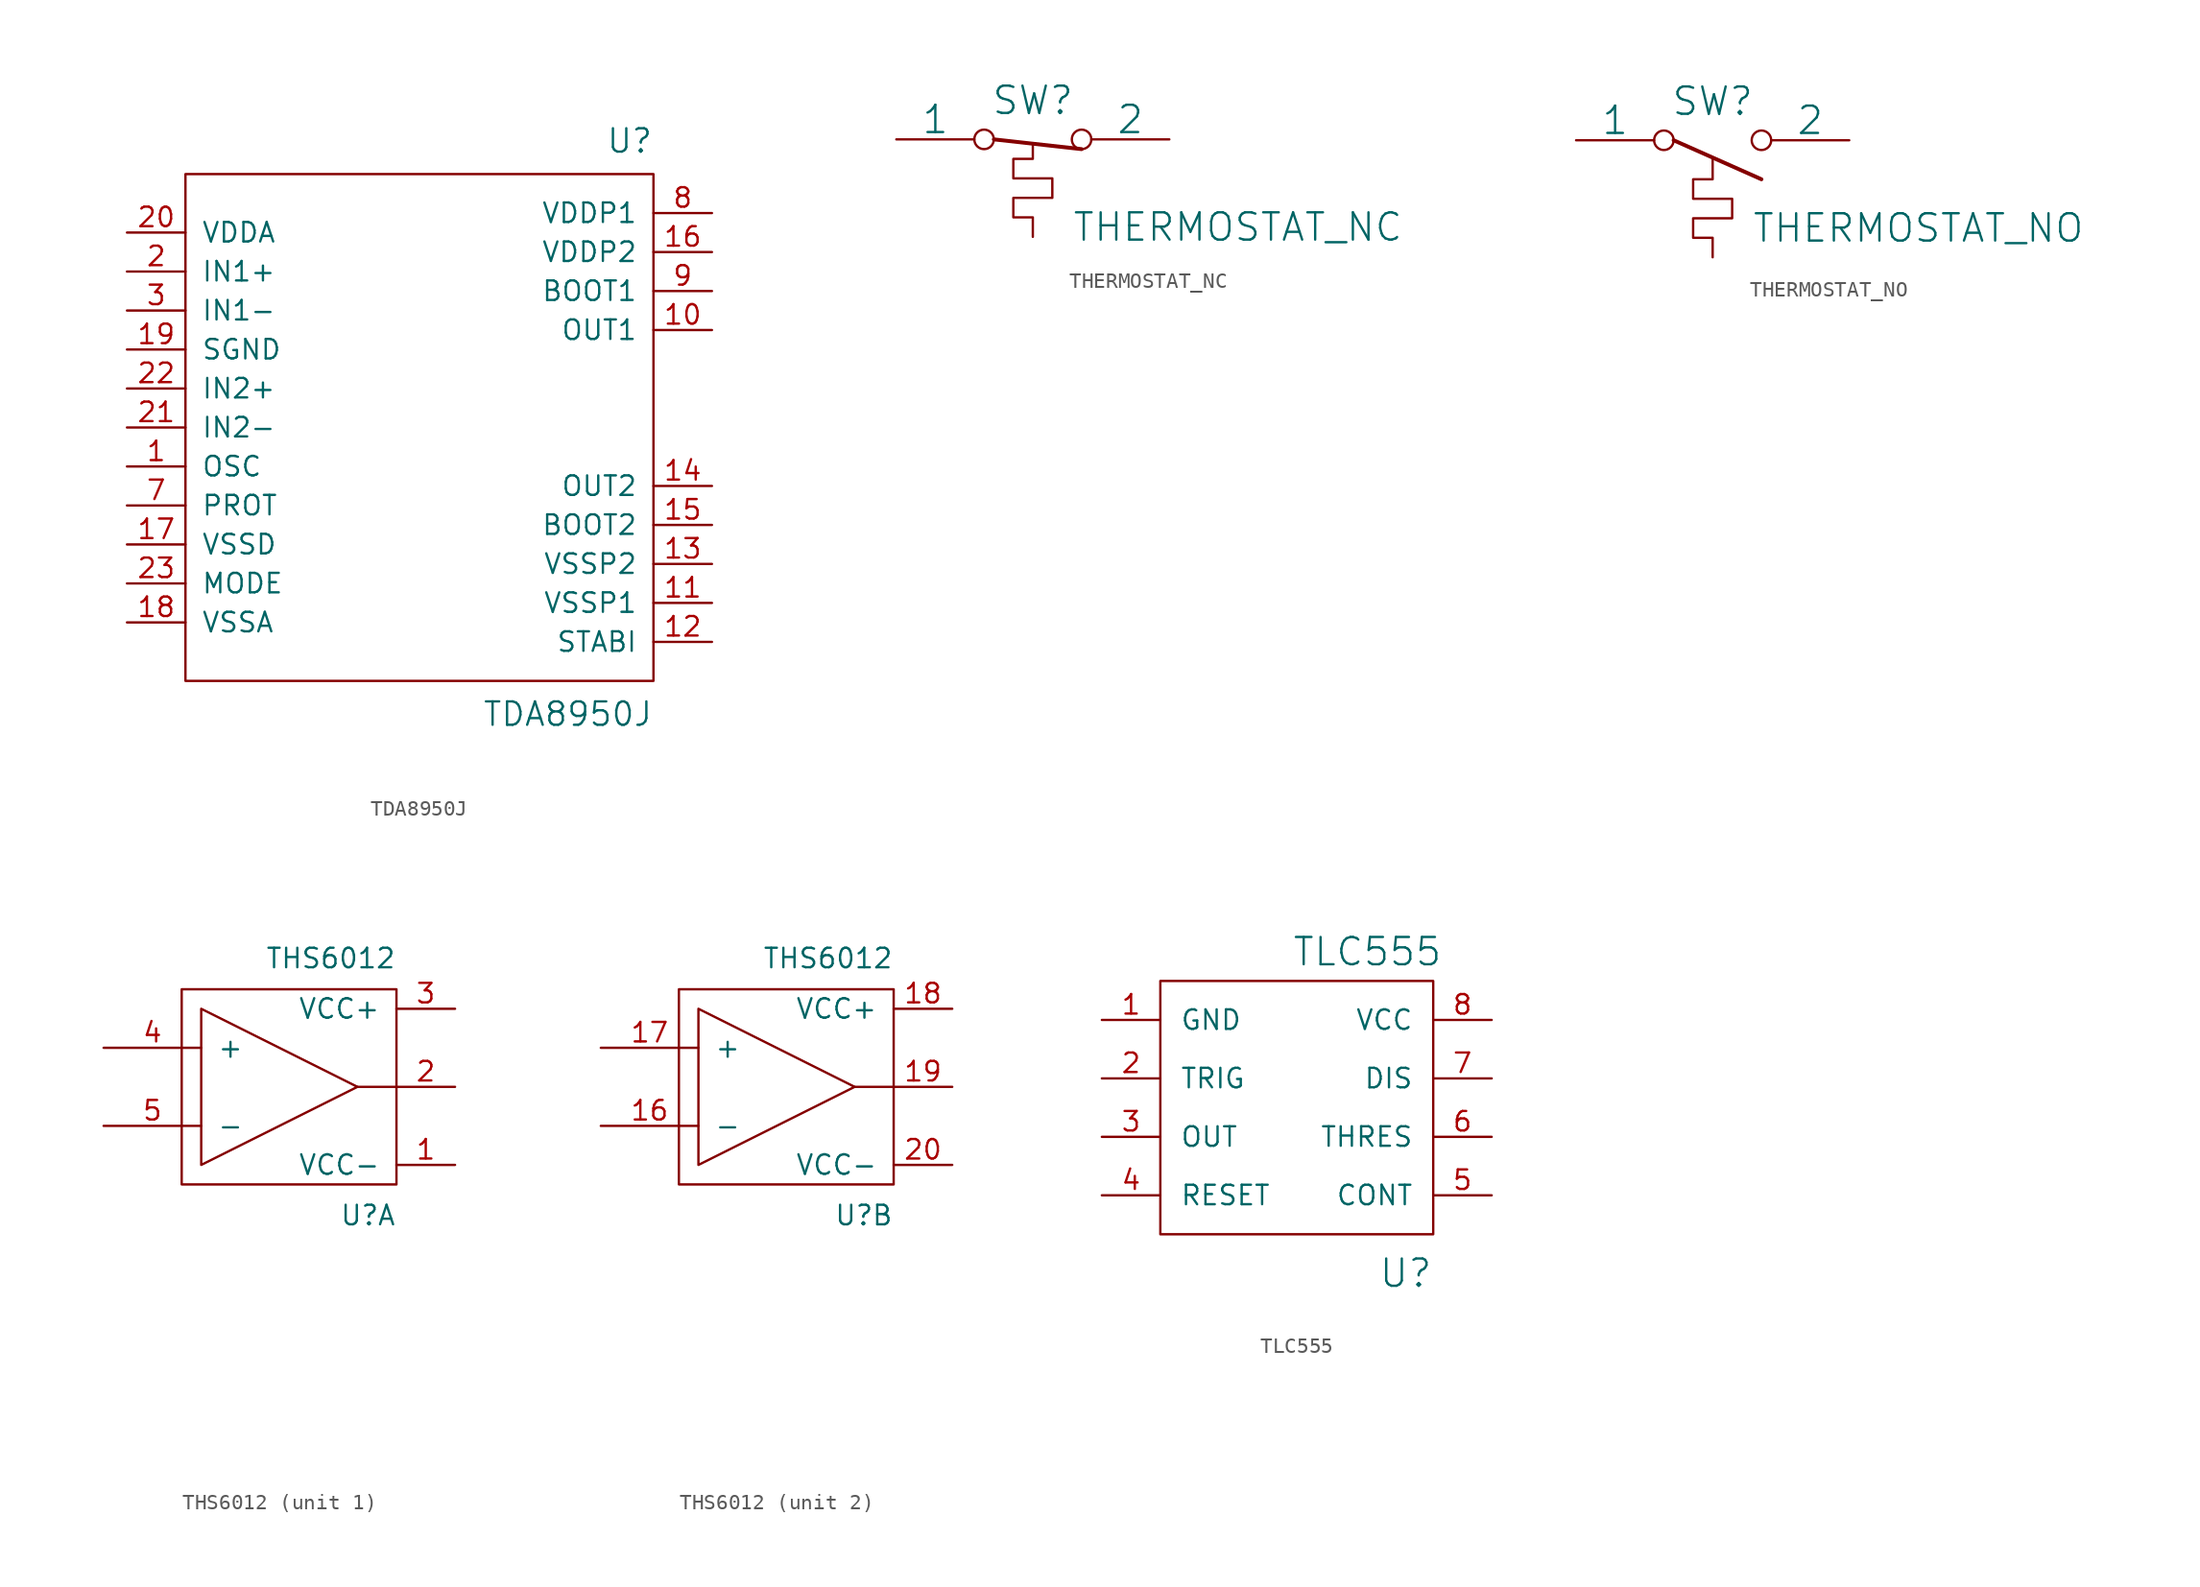
<source format=kicad_sym>
(kicad_symbol_lib
  (version 20211014)
  (generator kicad_symbol_editor)
  (symbol "TDA8950J"
    (pin_names
      (offset 1.016))
    (property "Reference" "U"
      (at 15.24 16.51 0)
      (effects (font (size 1.524 1.524)) (justify right bottom)))
    (property "Value" "TDA8950J"
      (at 15.24 -19.05 0)
      (effects (font (size 1.524 1.524)) (justify right top)))
    (property "Footprint" ""
      (at 0 0 0)
      (effects (font (size 1.524 1.524))))
    (property "Datasheet" ""
      (at 0 0 0)
      (effects (font (size 1.524 1.524))))
    (symbol "TDA8950J_0_1"
      (rectangle (start -15.24 15.24) (end 15.24 -17.78) (stroke (width 0) (type default) (color 0 0 0 0)) (fill (type none))))
    (symbol "TDA8950J_1_1"
      (pin input line (at -19.05 -3.81 0) (length 3.81) (name "OSC" (effects (font (size 1.27 1.27)))) (number "1" (effects (font (size 1.27 1.27)))))
      (pin power_out line (at 19.05 5.08 180) (length 3.81) (name "OUT1" (effects (font (size 1.27 1.27)))) (number "10" (effects (font (size 1.27 1.27)))))
      (pin power_in line (at 19.05 -12.7 180) (length 3.81) (name "VSSP1" (effects (font (size 1.27 1.27)))) (number "11" (effects (font (size 1.27 1.27)))))
      (pin passive line (at 19.05 -15.24 180) (length 3.81) (name "STABI" (effects (font (size 1.27 1.27)))) (number "12" (effects (font (size 1.27 1.27)))))
      (pin power_in line (at 19.05 -10.16 180) (length 3.81) (name "VSSP2" (effects (font (size 1.27 1.27)))) (number "13" (effects (font (size 1.27 1.27)))))
      (pin power_out line (at 19.05 -5.08 180) (length 3.81) (name "OUT2" (effects (font (size 1.27 1.27)))) (number "14" (effects (font (size 1.27 1.27)))))
      (pin output line (at 19.05 -7.62 180) (length 3.81) (name "BOOT2" (effects (font (size 1.27 1.27)))) (number "15" (effects (font (size 1.27 1.27)))))
      (pin power_in line (at 19.05 10.16 180) (length 3.81) (name "VDDP2" (effects (font (size 1.27 1.27)))) (number "16" (effects (font (size 1.27 1.27)))))
      (pin power_in line (at -19.05 -8.89 0) (length 3.81) (name "VSSD" (effects (font (size 1.27 1.27)))) (number "17" (effects (font (size 1.27 1.27)))))
      (pin power_in line (at -19.05 -13.97 0) (length 3.81) (name "VSSA" (effects (font (size 1.27 1.27)))) (number "18" (effects (font (size 1.27 1.27)))))
      (pin input line (at -19.05 3.81 0) (length 3.81) (name "SGND" (effects (font (size 1.27 1.27)))) (number "19" (effects (font (size 1.27 1.27)))))
      (pin input line (at -19.05 8.89 0) (length 3.81) (name "IN1+" (effects (font (size 1.27 1.27)))) (number "2" (effects (font (size 1.27 1.27)))))
      (pin power_in line (at -19.05 11.43 0) (length 3.81) (name "VDDA" (effects (font (size 1.27 1.27)))) (number "20" (effects (font (size 1.27 1.27)))))
      (pin input line (at -19.05 -1.27 0) (length 3.81) (name "IN2-" (effects (font (size 1.27 1.27)))) (number "21" (effects (font (size 1.27 1.27)))))
      (pin input line (at -19.05 1.27 0) (length 3.81) (name "IN2+" (effects (font (size 1.27 1.27)))) (number "22" (effects (font (size 1.27 1.27)))))
      (pin input line (at -19.05 -11.43 0) (length 3.81) (name "MODE" (effects (font (size 1.27 1.27)))) (number "23" (effects (font (size 1.27 1.27)))))
      (pin input line (at -19.05 6.35 0) (length 3.81) (name "IN1-" (effects (font (size 1.27 1.27)))) (number "3" (effects (font (size 1.27 1.27)))))
      (pin no_connect line (at 19.05 2.54 180) (length 3.81) hide (name "NC" (effects (font (size 1.27 1.27)))) (number "4" (effects (font (size 1.27 1.27)))))
      (pin no_connect line (at 19.05 0 180) (length 3.81) hide (name "NC" (effects (font (size 1.27 1.27)))) (number "5" (effects (font (size 1.27 1.27)))))
      (pin no_connect line (at 19.05 -2.54 180) (length 3.81) hide (name "NC" (effects (font (size 1.27 1.27)))) (number "6" (effects (font (size 1.27 1.27)))))
      (pin input line (at -19.05 -6.35 0) (length 3.81) (name "PROT" (effects (font (size 1.27 1.27)))) (number "7" (effects (font (size 1.27 1.27)))))
      (pin power_in line (at 19.05 12.7 180) (length 3.81) (name "VDDP1" (effects (font (size 1.27 1.27)))) (number "8" (effects (font (size 1.27 1.27)))))
      (pin output line (at 19.05 7.62 180) (length 3.81) (name "BOOT1" (effects (font (size 1.27 1.27)))) (number "9" (effects (font (size 1.27 1.27)))))))
  (symbol "THERMOSTAT_NC"
    (pin_numbers hide)
    (pin_names
      (offset 0))
    (property "Reference" "SW"
      (at 0 2.54 0)
      (effects (font (size 1.778 1.778))))
    (property "Value" "THERMOSTAT_NC"
      (at 2.54 -5.715 0)
      (effects (font (size 1.778 1.778)) (justify left)))
    (property "Footprint" ""
      (at 0 0 0)
      (effects (font (size 1.524 1.524))))
    (property "Datasheet" ""
      (at 0 0 0)
      (effects (font (size 1.524 1.524))))
    (symbol "THERMOSTAT_NC_0_0"
      (circle (center -3.175 0) (radius 0.635) (stroke (width 0) (type default) (color 0 0 0 0)) (fill (type none)))
      (circle (center 3.175 0) (radius 0.635) (stroke (width 0) (type default) (color 0 0 0 0)) (fill (type none))))
    (symbol "THERMOSTAT_NC_0_1"
      (polyline (pts (xy -2.54 0) (xy 3.175 -0.635)) (stroke (width 0.254) (type default) (color 0 0 0 0)) (fill (type none)))
      (polyline (pts (xy 0 -0.254) (xy 0 -1.27) (xy -1.27 -1.27) (xy -1.27 -2.54) (xy 1.27 -2.54) (xy 1.27 -3.81) (xy -1.27 -3.81) (xy -1.27 -5.08) (xy 0 -5.08) (xy 0 -6.35)) (stroke (width 0) (type default) (color 0 0 0 0)) (fill (type none))))
    (symbol "THERMOSTAT_NC_1_1"
      (pin input line (at -8.89 0 0) (length 5.08) (name "1" (effects (font (size 1.778 1.778)))) (number "1" (effects (font (size 1.778 1.778)))))
      (pin input line (at 8.89 0 180) (length 5.08) (name "2" (effects (font (size 1.778 1.778)))) (number "2" (effects (font (size 1.778 1.778)))))))
  (symbol "THERMOSTAT_NO"
    (pin_numbers hide)
    (pin_names
      (offset 0))
    (property "Reference" "SW"
      (at 0 2.54 0)
      (effects (font (size 1.778 1.778))))
    (property "Value" "THERMOSTAT_NO"
      (at 2.54 -5.715 0)
      (effects (font (size 1.778 1.778)) (justify left)))
    (property "Footprint" ""
      (at 0 0 0)
      (effects (font (size 1.524 1.524))))
    (property "Datasheet" ""
      (at 0 0 0)
      (effects (font (size 1.524 1.524))))
    (symbol "THERMOSTAT_NO_0_0"
      (circle (center -3.175 0) (radius 0.635) (stroke (width 0) (type default) (color 0 0 0 0)) (fill (type none)))
      (circle (center 3.175 0) (radius 0.635) (stroke (width 0) (type default) (color 0 0 0 0)) (fill (type none))))
    (symbol "THERMOSTAT_NO_0_1"
      (polyline (pts (xy -2.54 0) (xy 3.175 -2.54)) (stroke (width 0.254) (type default) (color 0 0 0 0)) (fill (type none)))
      (polyline (pts (xy 0 -1.27) (xy 0 -2.54) (xy -1.27 -2.54) (xy -1.27 -3.81) (xy 1.27 -3.81) (xy 1.27 -5.08) (xy -1.27 -5.08) (xy -1.27 -6.35) (xy 0 -6.35) (xy 0 -7.62)) (stroke (width 0) (type default) (color 0 0 0 0)) (fill (type none))))
    (symbol "THERMOSTAT_NO_1_1"
      (pin input line (at -8.89 0 0) (length 5.08) (name "1" (effects (font (size 1.778 1.778)))) (number "1" (effects (font (size 1.778 1.778)))))
      (pin input line (at 8.89 0 180) (length 5.08) (name "2" (effects (font (size 1.778 1.778)))) (number "2" (effects (font (size 1.778 1.778)))))))
  (symbol "THS6012"
    (pin_names
      (offset 1.016))
    (property "Reference" "U"
      (at 8.89 -7.62 0)
      (effects (font (size 1.27 1.27)) (justify right top)))
    (property "Value" "THS6012"
      (at 8.89 7.62 0)
      (effects (font (size 1.27 1.27)) (justify right bottom)))
    (symbol "THS6012_0_1"
      (rectangle (start -5.08 6.35) (end 8.89 -6.35) (stroke (width 0) (type default) (color 0 0 0 0)) (fill (type none)))
      (polyline (pts (xy 6.35 0) (xy 8.89 0)) (stroke (width 0) (type default) (color 0 0 0 0)) (fill (type none)))
      (polyline (pts (xy -3.81 -5.08) (xy -3.81 5.08) (xy 6.35 0) (xy -3.81 -5.08)) (stroke (width 0) (type default) (color 0 0 0 0)) (fill (type none)))
      (pin no_connect line (at -2.54 -22.86 0) (length 2.54) hide (name "~" (effects (font (size 1.27 1.27)))) (number "10" (effects (font (size 1.27 1.27)))))
      (pin no_connect line (at 10.16 -12.7 0) (length 2.54) hide (name "~" (effects (font (size 1.27 1.27)))) (number "11" (effects (font (size 1.27 1.27)))))
      (pin no_connect line (at 10.16 -15.24 0) (length 2.54) hide (name "~" (effects (font (size 1.27 1.27)))) (number "12" (effects (font (size 1.27 1.27)))))
      (pin no_connect line (at 10.16 -17.78 0) (length 2.54) hide (name "~" (effects (font (size 1.27 1.27)))) (number "13" (effects (font (size 1.27 1.27)))))
      (pin no_connect line (at 10.16 -20.32 0) (length 2.54) hide (name "~" (effects (font (size 1.27 1.27)))) (number "14" (effects (font (size 1.27 1.27)))))
      (pin no_connect line (at 10.16 -22.86 0) (length 2.54) hide (name "~" (effects (font (size 1.27 1.27)))) (number "15" (effects (font (size 1.27 1.27)))))
      (pin no_connect line (at -2.54 -12.7 0) (length 2.54) hide (name "~" (effects (font (size 1.27 1.27)))) (number "6" (effects (font (size 1.27 1.27)))))
      (pin no_connect line (at -2.54 -15.24 0) (length 2.54) hide (name "~" (effects (font (size 1.27 1.27)))) (number "7" (effects (font (size 1.27 1.27)))))
      (pin no_connect line (at -2.54 -17.78 0) (length 2.54) hide (name "~" (effects (font (size 1.27 1.27)))) (number "8" (effects (font (size 1.27 1.27)))))
      (pin no_connect line (at -2.54 -20.32 0) (length 2.54) hide (name "~" (effects (font (size 1.27 1.27)))) (number "9" (effects (font (size 1.27 1.27))))))
    (symbol "THS6012_1_1"
      (pin power_in line (at 12.7 -5.08 180) (length 3.81) (name "VCC-" (effects (font (size 1.27 1.27)))) (number "1" (effects (font (size 1.27 1.27)))))
      (pin output line (at 12.7 0 180) (length 3.81) (name "~" (effects (font (size 1.27 1.27)))) (number "2" (effects (font (size 1.27 1.27)))))
      (pin power_in line (at 12.7 5.08 180) (length 3.81) (name "VCC+" (effects (font (size 1.27 1.27)))) (number "3" (effects (font (size 1.27 1.27)))))
      (pin input line (at -10.16 2.54 0) (length 6.35) (name "+" (effects (font (size 1.27 1.27)))) (number "4" (effects (font (size 1.27 1.27)))))
      (pin input line (at -10.16 -2.54 0) (length 6.35) (name "-" (effects (font (size 1.27 1.27)))) (number "5" (effects (font (size 1.27 1.27))))))
    (symbol "THS6012_2_1"
      (pin input line (at -10.16 -2.54 0) (length 6.35) (name "-" (effects (font (size 1.27 1.27)))) (number "16" (effects (font (size 1.27 1.27)))))
      (pin input line (at -10.16 2.54 0) (length 6.35) (name "+" (effects (font (size 1.27 1.27)))) (number "17" (effects (font (size 1.27 1.27)))))
      (pin power_in line (at 12.7 5.08 180) (length 3.81) (name "VCC+" (effects (font (size 1.27 1.27)))) (number "18" (effects (font (size 1.27 1.27)))))
      (pin output line (at 12.7 0 180) (length 3.81) (name "~" (effects (font (size 1.27 1.27)))) (number "19" (effects (font (size 1.27 1.27)))))
      (pin power_in line (at 12.7 -5.08 180) (length 3.81) (name "VCC-" (effects (font (size 1.27 1.27)))) (number "20" (effects (font (size 1.27 1.27)))))))
  (symbol "TLC555"
    (pin_names
      (offset 1.27))
    (property "Reference" "U"
      (at 8.89 -11.43 0)
      (effects (font (size 1.778 1.778)) (justify right)))
    (property "Value" "TLC555"
      (at 9.525 9.525 0)
      (effects (font (size 1.778 1.778)) (justify right)))
    (property "Footprint" ""
      (at 0 0 0)
      (effects (font (size 1.524 1.524))))
    (property "Datasheet" ""
      (at 0 0 0)
      (effects (font (size 1.524 1.524))))
    (symbol "TLC555_0_1"
      (rectangle (start -8.89 -8.89) (end 8.89 7.62) (stroke (width 0) (type default) (color 0 0 0 0)) (fill (type none))))
    (symbol "TLC555_1_0"
      (pin output line (at -12.7 -2.54 0) (length 3.81) (name "OUT" (effects (font (size 1.27 1.27)))) (number "3" (effects (font (size 1.27 1.27))))))
    (symbol "TLC555_1_1"
      (pin power_in line (at -12.7 5.08 0) (length 3.81) (name "GND" (effects (font (size 1.27 1.27)))) (number "1" (effects (font (size 1.27 1.27)))))
      (pin input line (at -12.7 1.27 0) (length 3.81) (name "TRIG" (effects (font (size 1.27 1.27)))) (number "2" (effects (font (size 1.27 1.27)))))
      (pin input line (at -12.7 -6.35 0) (length 3.81) (name "RESET" (effects (font (size 1.27 1.27)))) (number "4" (effects (font (size 1.27 1.27)))))
      (pin input line (at 12.7 -6.35 180) (length 3.81) (name "CONT" (effects (font (size 1.27 1.27)))) (number "5" (effects (font (size 1.27 1.27)))))
      (pin input line (at 12.7 -2.54 180) (length 3.81) (name "THRES" (effects (font (size 1.27 1.27)))) (number "6" (effects (font (size 1.27 1.27)))))
      (pin open_collector line (at 12.7 1.27 180) (length 3.81) (name "DIS" (effects (font (size 1.27 1.27)))) (number "7" (effects (font (size 1.27 1.27)))))
      (pin power_in line (at 12.7 5.08 180) (length 3.81) (name "VCC" (effects (font (size 1.27 1.27)))) (number "8" (effects (font (size 1.27 1.27))))))))
</source>
